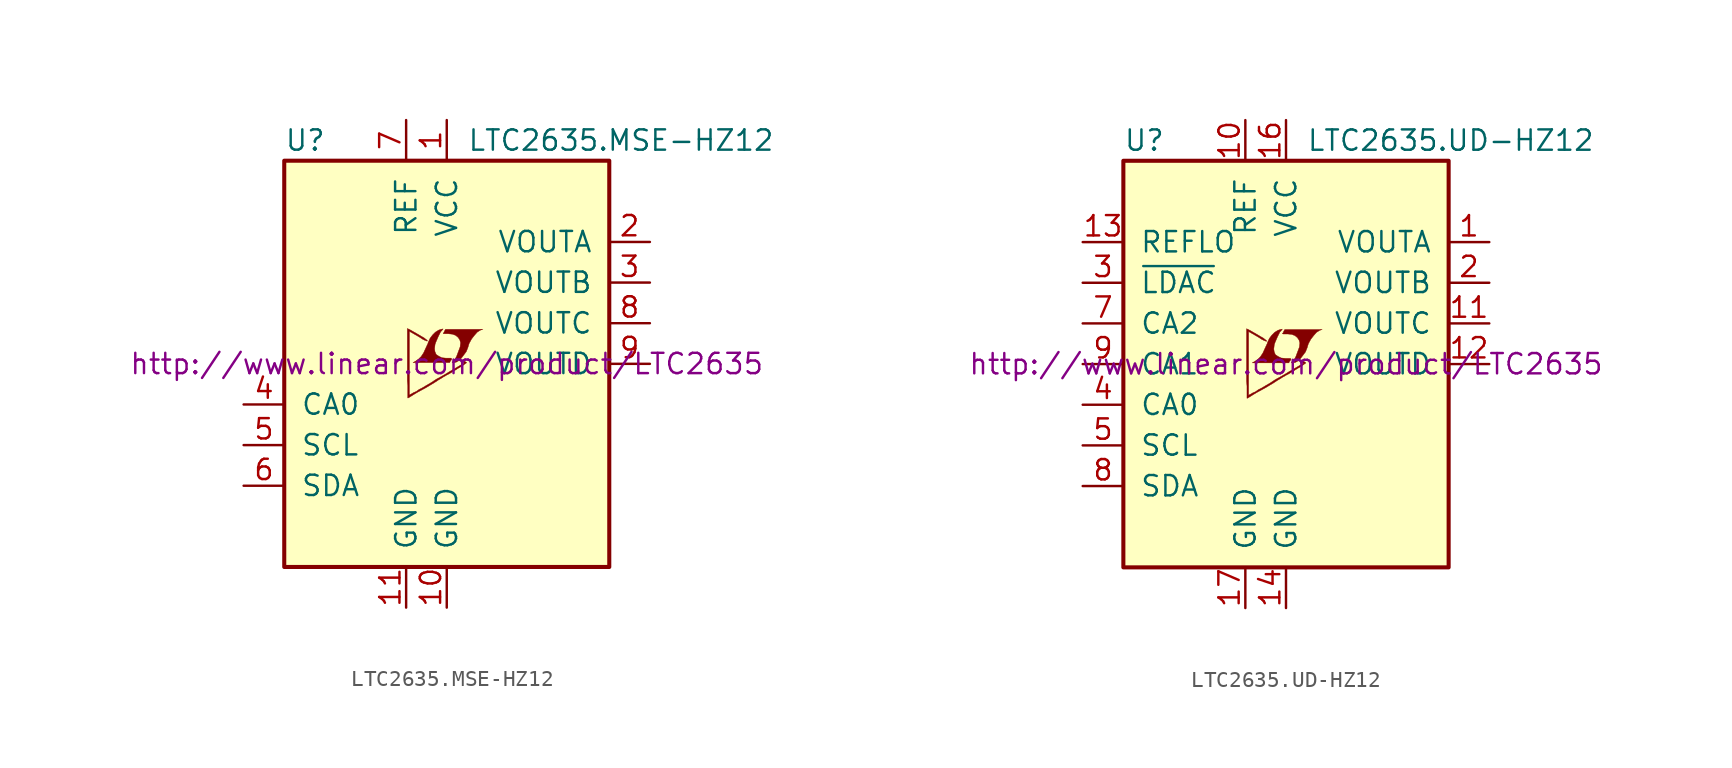
<source format=kicad_sym>
(kicad_symbol_lib
  (version 20201005)
  (generator kicad_symbol_editor)
  (symbol "LTC2635.MSE-HZ12"
    (pin_names
      (offset 1.016))
    (property "Reference" "U"
      (at -10.16 13.97 0)
      (effects (font (size 1.27 1.27)) (justify left)))
    (property "Value" "LTC2635.MSE-HZ12"
      (at 1.27 13.97 0)
      (effects (font (size 1.27 1.27)) (justify left)))
    (property "Datasheet" "http://www.linear.com/product/LTC2635"
      (at 0 0 0)
      (effects (font (size 1.27 1.27))))
    (symbol "LTC2635.MSE-HZ12_0_0"
      (polyline (pts (xy 0.584 0.102) (xy 0.762 0.203) (xy 0.914 0.356) (xy 1.219 0.762) (xy 1.321 1.016) (xy 1.397 1.27) (xy 1.549 1.549) (xy 1.727 1.778) (xy 1.905 1.981) (xy 2.108 2.108) (xy 2.261 2.159) (xy -0.076 2.159) (xy -0.152 2.032) (xy -0.152 2.007) (xy -0.203 1.93) (xy -0.229 1.905) (xy -0.178 1.88) (xy 0.102 1.88) (xy 0.356 1.854) (xy 0.559 1.778) (xy 0.711 1.651) (xy 0.813 1.499) (xy 0.864 1.321) (xy 0.838 1.092) (xy 0.838 1.067) (xy 0.61 0.457) (xy 0.508 0.279) (xy 0.406 0.152) (xy 0.33 0.076) (xy 0.432 0.076) (xy 0.584 0.102)) (stroke (width 0.025)) (fill (type outline)))
      (polyline (pts (xy 0.229 0.178) (xy 0.254 0.203) (xy 0.305 0.279) (xy 0.305 0.33) (xy 0.254 0.356) (xy -0.051 0.356) (xy -0.305 0.381) (xy -0.508 0.483) (xy -0.66 0.584) (xy -0.737 0.762) (xy -0.762 0.94) (xy -0.737 1.168) (xy -0.737 1.194) (xy -0.686 1.346) (xy -0.533 1.702) (xy -0.381 2.007) (xy -0.305 2.083) (xy -0.229 2.184) (xy -0.356 2.159) (xy -0.508 2.108) (xy -0.711 1.981) (xy -0.889 1.803) (xy -1.041 1.6) (xy -1.168 1.321) (xy -1.168 1.295) (xy -1.321 0.965) (xy -1.448 0.686) (xy -1.6 0.457) (xy -1.753 0.305) (xy -1.93 0.178) (xy -2.108 0.076) (xy 0.178 0.076) (xy 0.229 0.178)) (stroke (width 0.025)) (fill (type outline)))
      (polyline (pts (xy -2.362 -2.108) (xy -2.286 -2.057) (xy -2.159 -1.981) (xy -2.083 -1.93) (xy -1.829 -1.778) (xy -1.27 -1.473) (xy -0.762 -1.168) (xy -0.533 -1.016) (xy -0.356 -0.914) (xy -0.203 -0.813) (xy -0.102 -0.762) (xy -0.025 -0.711) (xy 0.127 -0.635) (xy 0.305 -0.533) (xy 0.711 -0.279) (xy 0.889 -0.178) (xy 1.041 -0.076) (xy 1.143 0) (xy 1.219 0.051) (xy 1.245 0.076) (xy 1.092 0.178) (xy 0.94 0.229) (xy 0.914 0.203) (xy 0.914 0.178) (xy 0.991 0.127) (xy 1.092 0.051) (xy 0.178 -0.483) (xy -0.025 -0.61) (xy -0.33 -0.787) (xy -0.66 -0.965) (xy -0.965 -1.168) (xy -1.27 -1.346) (xy -1.524 -1.499) (xy -1.727 -1.6) (xy -1.905 -1.727) (xy -2.083 -1.803) (xy -2.21 -1.88) (xy -2.311 -1.93) (xy -2.337 -1.956) (xy -2.337 2.032) (xy -1.803 1.727) (xy -1.676 1.651) (xy -1.524 1.549) (xy -1.372 1.473) (xy -1.295 1.448) (xy -1.245 1.422) (xy -1.219 1.422) (xy -1.219 1.473) (xy -1.295 1.524) (xy -1.422 1.626) (xy -1.6 1.727) (xy -1.727 1.803) (xy -2.083 2.007) (xy -2.21 2.083) (xy -2.464 2.21) (xy -2.464 -1.067) (xy -2.438 -1.372) (xy -2.438 -2.134) (xy -2.413 -2.134) (xy -2.362 -2.108)) (stroke (width 0.025)) (fill (type outline))))
    (symbol "LTC2635.MSE-HZ12_0_1"
      (rectangle (start -10.16 12.7) (end 10.16 -12.7) (stroke (width 0.254)) (fill (type background))))
    (symbol "LTC2635.MSE-HZ12_1_1"
      (pin power_in line (at 0 15.24 270) (length 2.54) (name "VCC" (effects (font (size 1.27 1.27)))) (number "1" (effects (font (size 1.27 1.27)))))
      (pin power_in line (at 0 -15.24 90) (length 2.54) (name "GND" (effects (font (size 1.27 1.27)))) (number "10" (effects (font (size 1.27 1.27)))))
      (pin power_in line (at -2.54 -15.24 90) (length 2.54) (name "GND" (effects (font (size 1.27 1.27)))) (number "11" (effects (font (size 1.27 1.27)))))
      (pin output line (at 12.7 7.62 180) (length 2.54) (name "VOUTA" (effects (font (size 1.27 1.27)))) (number "2" (effects (font (size 1.27 1.27)))))
      (pin output line (at 12.7 5.08 180) (length 2.54) (name "VOUTB" (effects (font (size 1.27 1.27)))) (number "3" (effects (font (size 1.27 1.27)))))
      (pin input line (at -12.7 -2.54 0) (length 2.54) (name "CA0" (effects (font (size 1.27 1.27)))) (number "4" (effects (font (size 1.27 1.27)))))
      (pin input line (at -12.7 -5.08 0) (length 2.54) (name "SCL" (effects (font (size 1.27 1.27)))) (number "5" (effects (font (size 1.27 1.27)))))
      (pin input line (at -12.7 -7.62 0) (length 2.54) (name "SDA" (effects (font (size 1.27 1.27)))) (number "6" (effects (font (size 1.27 1.27)))))
      (pin passive line (at -2.54 15.24 270) (length 2.54) (name "REF" (effects (font (size 1.27 1.27)))) (number "7" (effects (font (size 1.27 1.27)))))
      (pin output line (at 12.7 2.54 180) (length 2.54) (name "VOUTC" (effects (font (size 1.27 1.27)))) (number "8" (effects (font (size 1.27 1.27)))))
      (pin output line (at 12.7 0 180) (length 2.54) (name "VOUTD" (effects (font (size 1.27 1.27)))) (number "9" (effects (font (size 1.27 1.27)))))))
  (symbol "LTC2635.UD-HZ12"
    (pin_names
      (offset 1.016))
    (property "Reference" "U"
      (at -10.16 13.97 0)
      (effects (font (size 1.27 1.27)) (justify left)))
    (property "Value" "LTC2635.UD-HZ12"
      (at 1.27 13.97 0)
      (effects (font (size 1.27 1.27)) (justify left)))
    (property "Datasheet" "http://www.linear.com/product/LTC2635"
      (at 0 0 0)
      (effects (font (size 1.27 1.27))))
    (symbol "LTC2635.UD-HZ12_0_0"
      (polyline (pts (xy 0.584 0.102) (xy 0.762 0.203) (xy 0.914 0.356) (xy 1.219 0.762) (xy 1.321 1.016) (xy 1.397 1.27) (xy 1.549 1.549) (xy 1.727 1.778) (xy 1.905 1.981) (xy 2.108 2.108) (xy 2.261 2.159) (xy -0.076 2.159) (xy -0.152 2.032) (xy -0.152 2.007) (xy -0.203 1.93) (xy -0.229 1.905) (xy -0.178 1.88) (xy 0.102 1.88) (xy 0.356 1.854) (xy 0.559 1.778) (xy 0.711 1.651) (xy 0.813 1.499) (xy 0.864 1.321) (xy 0.838 1.092) (xy 0.838 1.067) (xy 0.61 0.457) (xy 0.508 0.279) (xy 0.406 0.152) (xy 0.33 0.076) (xy 0.432 0.076) (xy 0.584 0.102)) (stroke (width 0.025)) (fill (type outline)))
      (polyline (pts (xy 0.229 0.178) (xy 0.254 0.203) (xy 0.305 0.279) (xy 0.305 0.33) (xy 0.254 0.356) (xy -0.051 0.356) (xy -0.305 0.381) (xy -0.508 0.483) (xy -0.66 0.584) (xy -0.737 0.762) (xy -0.762 0.94) (xy -0.737 1.168) (xy -0.737 1.194) (xy -0.686 1.346) (xy -0.533 1.702) (xy -0.381 2.007) (xy -0.305 2.083) (xy -0.229 2.184) (xy -0.356 2.159) (xy -0.508 2.108) (xy -0.711 1.981) (xy -0.889 1.803) (xy -1.041 1.6) (xy -1.168 1.321) (xy -1.168 1.295) (xy -1.321 0.965) (xy -1.448 0.686) (xy -1.6 0.457) (xy -1.753 0.305) (xy -1.93 0.178) (xy -2.108 0.076) (xy 0.178 0.076) (xy 0.229 0.178)) (stroke (width 0.025)) (fill (type outline)))
      (polyline (pts (xy -2.362 -2.108) (xy -2.286 -2.057) (xy -2.159 -1.981) (xy -2.083 -1.93) (xy -1.829 -1.778) (xy -1.27 -1.473) (xy -0.762 -1.168) (xy -0.533 -1.016) (xy -0.356 -0.914) (xy -0.203 -0.813) (xy -0.102 -0.762) (xy -0.025 -0.711) (xy 0.127 -0.635) (xy 0.305 -0.533) (xy 0.711 -0.279) (xy 0.889 -0.178) (xy 1.041 -0.076) (xy 1.143 0) (xy 1.219 0.051) (xy 1.245 0.076) (xy 1.092 0.178) (xy 0.94 0.229) (xy 0.914 0.203) (xy 0.914 0.178) (xy 0.991 0.127) (xy 1.092 0.051) (xy 0.178 -0.483) (xy -0.025 -0.61) (xy -0.33 -0.787) (xy -0.66 -0.965) (xy -0.965 -1.168) (xy -1.27 -1.346) (xy -1.524 -1.499) (xy -1.727 -1.6) (xy -1.905 -1.727) (xy -2.083 -1.803) (xy -2.21 -1.88) (xy -2.311 -1.93) (xy -2.337 -1.956) (xy -2.337 2.032) (xy -1.803 1.727) (xy -1.676 1.651) (xy -1.524 1.549) (xy -1.372 1.473) (xy -1.295 1.448) (xy -1.245 1.422) (xy -1.219 1.422) (xy -1.219 1.473) (xy -1.295 1.524) (xy -1.422 1.626) (xy -1.6 1.727) (xy -1.727 1.803) (xy -2.083 2.007) (xy -2.21 2.083) (xy -2.464 2.21) (xy -2.464 -1.067) (xy -2.438 -1.372) (xy -2.438 -2.134) (xy -2.413 -2.134) (xy -2.362 -2.108)) (stroke (width 0.025)) (fill (type outline))))
    (symbol "LTC2635.UD-HZ12_0_1"
      (rectangle (start -10.16 12.7) (end 10.16 -12.7) (stroke (width 0.254)) (fill (type background))))
    (symbol "LTC2635.UD-HZ12_1_1"
      (pin output line (at 12.7 7.62 180) (length 2.54) (name "VOUTA" (effects (font (size 1.27 1.27)))) (number "1" (effects (font (size 1.27 1.27)))))
      (pin passive line (at -2.54 15.24 270) (length 2.54) (name "REF" (effects (font (size 1.27 1.27)))) (number "10" (effects (font (size 1.27 1.27)))))
      (pin output line (at 12.7 2.54 180) (length 2.54) (name "VOUTC" (effects (font (size 1.27 1.27)))) (number "11" (effects (font (size 1.27 1.27)))))
      (pin output line (at 12.7 0 180) (length 2.54) (name "VOUTD" (effects (font (size 1.27 1.27)))) (number "12" (effects (font (size 1.27 1.27)))))
      (pin passive line (at -12.7 7.62 0) (length 2.54) (name "REFLO" (effects (font (size 1.27 1.27)))) (number "13" (effects (font (size 1.27 1.27)))))
      (pin power_in line (at 0 -15.24 90) (length 2.54) (name "GND" (effects (font (size 1.27 1.27)))) (number "14" (effects (font (size 1.27 1.27)))))
      (pin unconnected line (at 5.08 -15.24 90) (length 2.54) hide (name "DNC" (effects (font (size 1.27 1.27)))) (number "15" (effects (font (size 1.27 1.27)))))
      (pin power_in line (at 0 15.24 270) (length 2.54) (name "VCC" (effects (font (size 1.27 1.27)))) (number "16" (effects (font (size 1.27 1.27)))))
      (pin power_in line (at -2.54 -15.24 90) (length 2.54) (name "GND" (effects (font (size 1.27 1.27)))) (number "17" (effects (font (size 1.27 1.27)))))
      (pin output line (at 12.7 5.08 180) (length 2.54) (name "VOUTB" (effects (font (size 1.27 1.27)))) (number "2" (effects (font (size 1.27 1.27)))))
      (pin input line (at -12.7 5.08 0) (length 2.54) (name "~LDAC~" (effects (font (size 1.27 1.27)))) (number "3" (effects (font (size 1.27 1.27)))))
      (pin input line (at -12.7 -2.54 0) (length 2.54) (name "CA0" (effects (font (size 1.27 1.27)))) (number "4" (effects (font (size 1.27 1.27)))))
      (pin input line (at -12.7 -5.08 0) (length 2.54) (name "SCL" (effects (font (size 1.27 1.27)))) (number "5" (effects (font (size 1.27 1.27)))))
      (pin unconnected line (at 2.54 -15.24 90) (length 2.54) hide (name "DNC" (effects (font (size 1.27 1.27)))) (number "6" (effects (font (size 1.27 1.27)))))
      (pin input line (at -12.7 2.54 0) (length 2.54) (name "CA2" (effects (font (size 1.27 1.27)))) (number "7" (effects (font (size 1.27 1.27)))))
      (pin input line (at -12.7 -7.62 0) (length 2.54) (name "SDA" (effects (font (size 1.27 1.27)))) (number "8" (effects (font (size 1.27 1.27)))))
      (pin input line (at -12.7 0 0) (length 2.54) (name "CA1" (effects (font (size 1.27 1.27)))) (number "9" (effects (font (size 1.27 1.27))))))))
</source>
